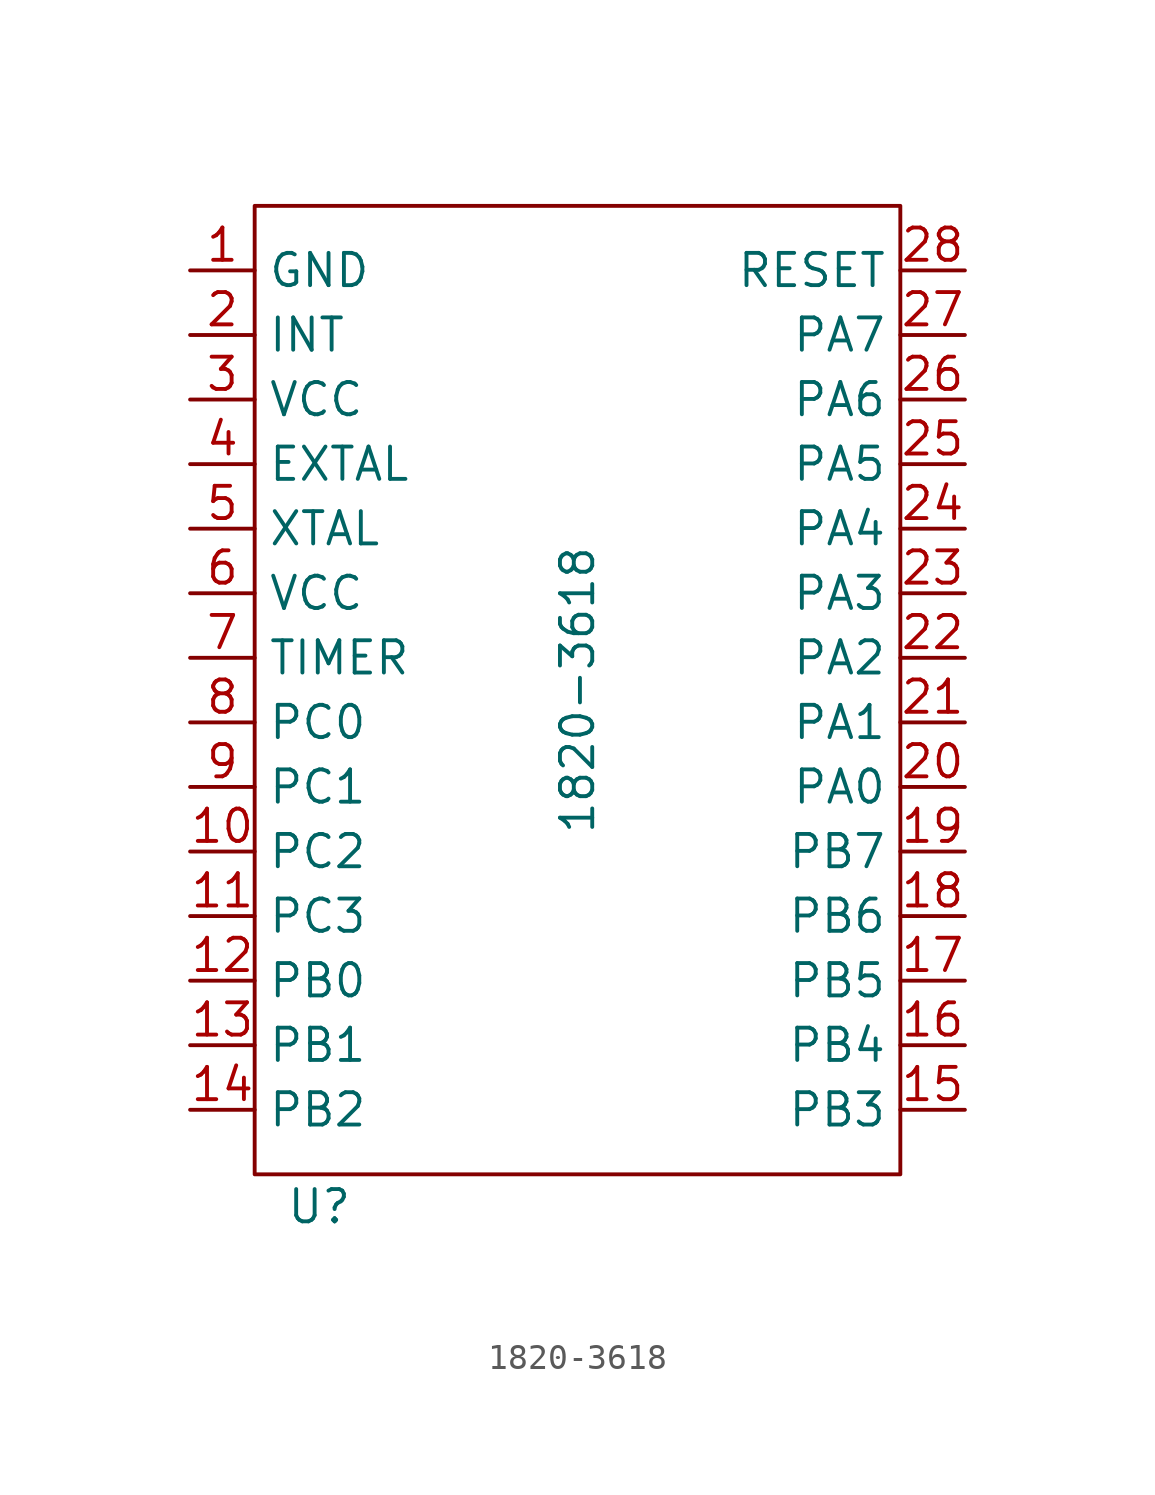
<source format=kicad_sym>
(kicad_symbol_lib
  (version 20211014)
  (generator kicad_symbol_editor)
  (symbol "1820-3618"
    (property "Reference" "U"
      (at -10.16 -20.32 0)
      (effects (font (size 1.27 1.27))))
    (property "Value" "1820-3618"
      (at 0 0 90)
      (effects (font (size 1.27 1.27))))
    (symbol "1820-3618_0_1"
      (rectangle (start -12.7 19.05) (end 12.7 -19.05) (stroke (width 0.152) (type default) (color 0 0 0 0)) (fill (type none))))
    (symbol "1820-3618_1_1"
      (pin input line (at -15.24 16.51 0) (length 2.54) (name "GND" (effects (font (size 1.27 1.27)))) (number "1" (effects (font (size 1.27 1.27)))))
      (pin input line (at -15.24 -6.35 0) (length 2.54) (name "PC2" (effects (font (size 1.27 1.27)))) (number "10" (effects (font (size 1.27 1.27)))))
      (pin input line (at -15.24 -8.89 0) (length 2.54) (name "PC3" (effects (font (size 1.27 1.27)))) (number "11" (effects (font (size 1.27 1.27)))))
      (pin input line (at -15.24 -11.43 0) (length 2.54) (name "PB0" (effects (font (size 1.27 1.27)))) (number "12" (effects (font (size 1.27 1.27)))))
      (pin input line (at -15.24 -13.97 0) (length 2.54) (name "PB1" (effects (font (size 1.27 1.27)))) (number "13" (effects (font (size 1.27 1.27)))))
      (pin input line (at -15.24 -16.51 0) (length 2.54) (name "PB2" (effects (font (size 1.27 1.27)))) (number "14" (effects (font (size 1.27 1.27)))))
      (pin input line (at 15.24 -16.51 180) (length 2.54) (name "PB3" (effects (font (size 1.27 1.27)))) (number "15" (effects (font (size 1.27 1.27)))))
      (pin input line (at 15.24 -13.97 180) (length 2.54) (name "PB4" (effects (font (size 1.27 1.27)))) (number "16" (effects (font (size 1.27 1.27)))))
      (pin input line (at 15.24 -11.43 180) (length 2.54) (name "PB5" (effects (font (size 1.27 1.27)))) (number "17" (effects (font (size 1.27 1.27)))))
      (pin input line (at 15.24 -8.89 180) (length 2.54) (name "PB6" (effects (font (size 1.27 1.27)))) (number "18" (effects (font (size 1.27 1.27)))))
      (pin input line (at 15.24 -6.35 180) (length 2.54) (name "PB7" (effects (font (size 1.27 1.27)))) (number "19" (effects (font (size 1.27 1.27)))))
      (pin input line (at -15.24 13.97 0) (length 2.54) (name "INT" (effects (font (size 1.27 1.27)))) (number "2" (effects (font (size 1.27 1.27)))))
      (pin input line (at 15.24 -3.81 180) (length 2.54) (name "PA0" (effects (font (size 1.27 1.27)))) (number "20" (effects (font (size 1.27 1.27)))))
      (pin input line (at 15.24 -1.27 180) (length 2.54) (name "PA1" (effects (font (size 1.27 1.27)))) (number "21" (effects (font (size 1.27 1.27)))))
      (pin input line (at 15.24 1.27 180) (length 2.54) (name "PA2" (effects (font (size 1.27 1.27)))) (number "22" (effects (font (size 1.27 1.27)))))
      (pin input line (at 15.24 3.81 180) (length 2.54) (name "PA3" (effects (font (size 1.27 1.27)))) (number "23" (effects (font (size 1.27 1.27)))))
      (pin input line (at 15.24 6.35 180) (length 2.54) (name "PA4" (effects (font (size 1.27 1.27)))) (number "24" (effects (font (size 1.27 1.27)))))
      (pin input line (at 15.24 8.89 180) (length 2.54) (name "PA5" (effects (font (size 1.27 1.27)))) (number "25" (effects (font (size 1.27 1.27)))))
      (pin input line (at 15.24 11.43 180) (length 2.54) (name "PA6" (effects (font (size 1.27 1.27)))) (number "26" (effects (font (size 1.27 1.27)))))
      (pin input line (at 15.24 13.97 180) (length 2.54) (name "PA7" (effects (font (size 1.27 1.27)))) (number "27" (effects (font (size 1.27 1.27)))))
      (pin input line (at 15.24 16.51 180) (length 2.54) (name "RESET" (effects (font (size 1.27 1.27)))) (number "28" (effects (font (size 1.27 1.27)))))
      (pin input line (at -15.24 11.43 0) (length 2.54) (name "VCC" (effects (font (size 1.27 1.27)))) (number "3" (effects (font (size 1.27 1.27)))))
      (pin input line (at -15.24 8.89 0) (length 2.54) (name "EXTAL" (effects (font (size 1.27 1.27)))) (number "4" (effects (font (size 1.27 1.27)))))
      (pin input line (at -15.24 6.35 0) (length 2.54) (name "XTAL" (effects (font (size 1.27 1.27)))) (number "5" (effects (font (size 1.27 1.27)))))
      (pin input line (at -15.24 3.81 0) (length 2.54) (name "VCC" (effects (font (size 1.27 1.27)))) (number "6" (effects (font (size 1.27 1.27)))))
      (pin input line (at -15.24 1.27 0) (length 2.54) (name "TIMER" (effects (font (size 1.27 1.27)))) (number "7" (effects (font (size 1.27 1.27)))))
      (pin input line (at -15.24 -1.27 0) (length 2.54) (name "PC0" (effects (font (size 1.27 1.27)))) (number "8" (effects (font (size 1.27 1.27)))))
      (pin input line (at -15.24 -3.81 0) (length 2.54) (name "PC1" (effects (font (size 1.27 1.27)))) (number "9" (effects (font (size 1.27 1.27))))))))
</source>
